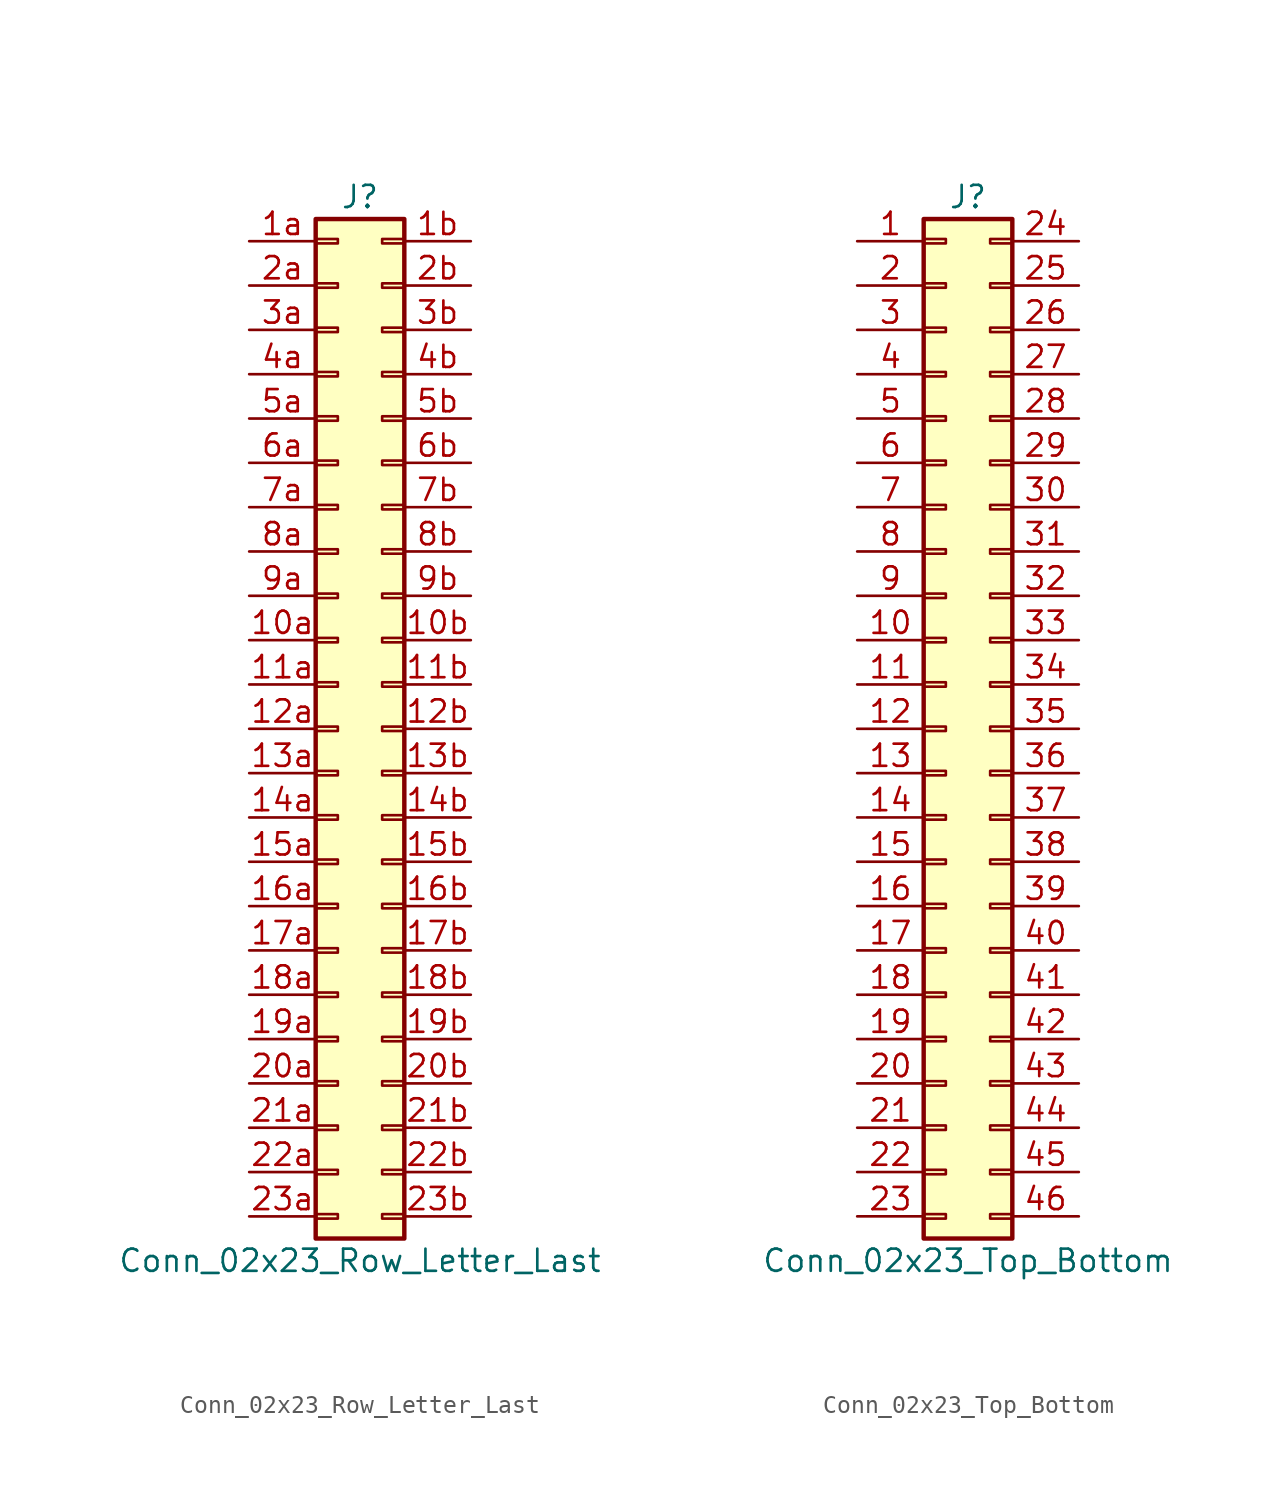
<source format=kicad_sym>
(kicad_symbol_lib
  (version 20201005)
  (generator kicad_symbol_editor)
  (symbol "Connector_Generic:Conn_02x23_Row_Letter_Last"
    (pin_names
      (offset 1.016) hide)
    (property "Reference" "J"
      (at 1.27 30.48 0)
      (effects (font (size 1.27 1.27))))
    (property "Value" "Conn_02x23_Row_Letter_Last"
      (at 1.27 -30.48 0)
      (effects (font (size 1.27 1.27))))
    (symbol "Conn_02x23_Row_Letter_Last_1_1"
      (rectangle (start -1.27 -27.813) (end 0 -28.067) (stroke (width 0.152)) (fill (type none)))
      (rectangle (start -1.27 -4.953) (end 0 -5.207) (stroke (width 0.152)) (fill (type none)))
      (rectangle (start -1.27 -7.493) (end 0 -7.747) (stroke (width 0.152)) (fill (type none)))
      (rectangle (start -1.27 -10.033) (end 0 -10.287) (stroke (width 0.152)) (fill (type none)))
      (rectangle (start -1.27 -12.573) (end 0 -12.827) (stroke (width 0.152)) (fill (type none)))
      (rectangle (start -1.27 -15.113) (end 0 -15.367) (stroke (width 0.152)) (fill (type none)))
      (rectangle (start -1.27 -17.653) (end 0 -17.907) (stroke (width 0.152)) (fill (type none)))
      (rectangle (start -1.27 -20.193) (end 0 -20.447) (stroke (width 0.152)) (fill (type none)))
      (rectangle (start -1.27 -22.733) (end 0 -22.987) (stroke (width 0.152)) (fill (type none)))
      (rectangle (start -1.27 -2.413) (end 0 -2.667) (stroke (width 0.152)) (fill (type none)))
      (rectangle (start -1.27 -25.273) (end 0 -25.527) (stroke (width 0.152)) (fill (type none)))
      (rectangle (start -1.27 25.527) (end 0 25.273) (stroke (width 0.152)) (fill (type none)))
      (rectangle (start -1.27 2.667) (end 0 2.413) (stroke (width 0.152)) (fill (type none)))
      (rectangle (start -1.27 28.067) (end 0 27.813) (stroke (width 0.152)) (fill (type none)))
      (rectangle (start -1.27 29.21) (end 3.81 -29.21) (stroke (width 0.254)) (fill (type background)))
      (rectangle (start -1.27 5.207) (end 0 4.953) (stroke (width 0.152)) (fill (type none)))
      (rectangle (start -1.27 7.747) (end 0 7.493) (stroke (width 0.152)) (fill (type none)))
      (rectangle (start -1.27 10.287) (end 0 10.033) (stroke (width 0.152)) (fill (type none)))
      (rectangle (start -1.27 0.127) (end 0 -0.127) (stroke (width 0.152)) (fill (type none)))
      (rectangle (start -1.27 12.827) (end 0 12.573) (stroke (width 0.152)) (fill (type none)))
      (rectangle (start -1.27 15.367) (end 0 15.113) (stroke (width 0.152)) (fill (type none)))
      (rectangle (start -1.27 17.907) (end 0 17.653) (stroke (width 0.152)) (fill (type none)))
      (rectangle (start -1.27 20.447) (end 0 20.193) (stroke (width 0.152)) (fill (type none)))
      (rectangle (start -1.27 22.987) (end 0 22.733) (stroke (width 0.152)) (fill (type none)))
      (rectangle (start 3.81 -27.813) (end 2.54 -28.067) (stroke (width 0.152)) (fill (type none)))
      (rectangle (start 3.81 -4.953) (end 2.54 -5.207) (stroke (width 0.152)) (fill (type none)))
      (rectangle (start 3.81 -7.493) (end 2.54 -7.747) (stroke (width 0.152)) (fill (type none)))
      (rectangle (start 3.81 -10.033) (end 2.54 -10.287) (stroke (width 0.152)) (fill (type none)))
      (rectangle (start 3.81 -12.573) (end 2.54 -12.827) (stroke (width 0.152)) (fill (type none)))
      (rectangle (start 3.81 -15.113) (end 2.54 -15.367) (stroke (width 0.152)) (fill (type none)))
      (rectangle (start 3.81 -17.653) (end 2.54 -17.907) (stroke (width 0.152)) (fill (type none)))
      (rectangle (start 3.81 -20.193) (end 2.54 -20.447) (stroke (width 0.152)) (fill (type none)))
      (rectangle (start 3.81 -22.733) (end 2.54 -22.987) (stroke (width 0.152)) (fill (type none)))
      (rectangle (start 3.81 -2.413) (end 2.54 -2.667) (stroke (width 0.152)) (fill (type none)))
      (rectangle (start 3.81 -25.273) (end 2.54 -25.527) (stroke (width 0.152)) (fill (type none)))
      (rectangle (start 3.81 25.527) (end 2.54 25.273) (stroke (width 0.152)) (fill (type none)))
      (rectangle (start 3.81 2.667) (end 2.54 2.413) (stroke (width 0.152)) (fill (type none)))
      (rectangle (start 3.81 28.067) (end 2.54 27.813) (stroke (width 0.152)) (fill (type none)))
      (rectangle (start 3.81 5.207) (end 2.54 4.953) (stroke (width 0.152)) (fill (type none)))
      (rectangle (start 3.81 7.747) (end 2.54 7.493) (stroke (width 0.152)) (fill (type none)))
      (rectangle (start 3.81 10.287) (end 2.54 10.033) (stroke (width 0.152)) (fill (type none)))
      (rectangle (start 3.81 0.127) (end 2.54 -0.127) (stroke (width 0.152)) (fill (type none)))
      (rectangle (start 3.81 12.827) (end 2.54 12.573) (stroke (width 0.152)) (fill (type none)))
      (rectangle (start 3.81 15.367) (end 2.54 15.113) (stroke (width 0.152)) (fill (type none)))
      (rectangle (start 3.81 17.907) (end 2.54 17.653) (stroke (width 0.152)) (fill (type none)))
      (rectangle (start 3.81 20.447) (end 2.54 20.193) (stroke (width 0.152)) (fill (type none)))
      (rectangle (start 3.81 22.987) (end 2.54 22.733) (stroke (width 0.152)) (fill (type none)))
      (pin passive line (at -5.08 5.08 0) (length 3.81) (name "Pin_10a" (effects (font (size 1.27 1.27)))) (number "10a" (effects (font (size 1.27 1.27)))))
      (pin passive line (at 7.62 5.08 180) (length 3.81) (name "Pin_10b" (effects (font (size 1.27 1.27)))) (number "10b" (effects (font (size 1.27 1.27)))))
      (pin passive line (at -5.08 2.54 0) (length 3.81) (name "Pin_11a" (effects (font (size 1.27 1.27)))) (number "11a" (effects (font (size 1.27 1.27)))))
      (pin passive line (at 7.62 2.54 180) (length 3.81) (name "Pin_11b" (effects (font (size 1.27 1.27)))) (number "11b" (effects (font (size 1.27 1.27)))))
      (pin passive line (at -5.08 0 0) (length 3.81) (name "Pin_12a" (effects (font (size 1.27 1.27)))) (number "12a" (effects (font (size 1.27 1.27)))))
      (pin passive line (at 7.62 0 180) (length 3.81) (name "Pin_12b" (effects (font (size 1.27 1.27)))) (number "12b" (effects (font (size 1.27 1.27)))))
      (pin passive line (at -5.08 -2.54 0) (length 3.81) (name "Pin_13a" (effects (font (size 1.27 1.27)))) (number "13a" (effects (font (size 1.27 1.27)))))
      (pin passive line (at 7.62 -2.54 180) (length 3.81) (name "Pin_13b" (effects (font (size 1.27 1.27)))) (number "13b" (effects (font (size 1.27 1.27)))))
      (pin passive line (at -5.08 -5.08 0) (length 3.81) (name "Pin_14a" (effects (font (size 1.27 1.27)))) (number "14a" (effects (font (size 1.27 1.27)))))
      (pin passive line (at 7.62 -5.08 180) (length 3.81) (name "Pin_14b" (effects (font (size 1.27 1.27)))) (number "14b" (effects (font (size 1.27 1.27)))))
      (pin passive line (at -5.08 -7.62 0) (length 3.81) (name "Pin_15a" (effects (font (size 1.27 1.27)))) (number "15a" (effects (font (size 1.27 1.27)))))
      (pin passive line (at 7.62 -7.62 180) (length 3.81) (name "Pin_15b" (effects (font (size 1.27 1.27)))) (number "15b" (effects (font (size 1.27 1.27)))))
      (pin passive line (at -5.08 -10.16 0) (length 3.81) (name "Pin_16a" (effects (font (size 1.27 1.27)))) (number "16a" (effects (font (size 1.27 1.27)))))
      (pin passive line (at 7.62 -10.16 180) (length 3.81) (name "Pin_16b" (effects (font (size 1.27 1.27)))) (number "16b" (effects (font (size 1.27 1.27)))))
      (pin passive line (at -5.08 -12.7 0) (length 3.81) (name "Pin_17a" (effects (font (size 1.27 1.27)))) (number "17a" (effects (font (size 1.27 1.27)))))
      (pin passive line (at 7.62 -12.7 180) (length 3.81) (name "Pin_17b" (effects (font (size 1.27 1.27)))) (number "17b" (effects (font (size 1.27 1.27)))))
      (pin passive line (at -5.08 -15.24 0) (length 3.81) (name "Pin_18a" (effects (font (size 1.27 1.27)))) (number "18a" (effects (font (size 1.27 1.27)))))
      (pin passive line (at 7.62 -15.24 180) (length 3.81) (name "Pin_18b" (effects (font (size 1.27 1.27)))) (number "18b" (effects (font (size 1.27 1.27)))))
      (pin passive line (at -5.08 -17.78 0) (length 3.81) (name "Pin_19a" (effects (font (size 1.27 1.27)))) (number "19a" (effects (font (size 1.27 1.27)))))
      (pin passive line (at 7.62 -17.78 180) (length 3.81) (name "Pin_19b" (effects (font (size 1.27 1.27)))) (number "19b" (effects (font (size 1.27 1.27)))))
      (pin passive line (at -5.08 27.94 0) (length 3.81) (name "Pin_1a" (effects (font (size 1.27 1.27)))) (number "1a" (effects (font (size 1.27 1.27)))))
      (pin passive line (at 7.62 27.94 180) (length 3.81) (name "Pin_1b" (effects (font (size 1.27 1.27)))) (number "1b" (effects (font (size 1.27 1.27)))))
      (pin passive line (at -5.08 -20.32 0) (length 3.81) (name "Pin_20a" (effects (font (size 1.27 1.27)))) (number "20a" (effects (font (size 1.27 1.27)))))
      (pin passive line (at 7.62 -20.32 180) (length 3.81) (name "Pin_20b" (effects (font (size 1.27 1.27)))) (number "20b" (effects (font (size 1.27 1.27)))))
      (pin passive line (at -5.08 -22.86 0) (length 3.81) (name "Pin_21a" (effects (font (size 1.27 1.27)))) (number "21a" (effects (font (size 1.27 1.27)))))
      (pin passive line (at 7.62 -22.86 180) (length 3.81) (name "Pin_21b" (effects (font (size 1.27 1.27)))) (number "21b" (effects (font (size 1.27 1.27)))))
      (pin passive line (at -5.08 -25.4 0) (length 3.81) (name "Pin_22a" (effects (font (size 1.27 1.27)))) (number "22a" (effects (font (size 1.27 1.27)))))
      (pin passive line (at 7.62 -25.4 180) (length 3.81) (name "Pin_22b" (effects (font (size 1.27 1.27)))) (number "22b" (effects (font (size 1.27 1.27)))))
      (pin passive line (at -5.08 -27.94 0) (length 3.81) (name "Pin_23a" (effects (font (size 1.27 1.27)))) (number "23a" (effects (font (size 1.27 1.27)))))
      (pin passive line (at 7.62 -27.94 180) (length 3.81) (name "Pin_23b" (effects (font (size 1.27 1.27)))) (number "23b" (effects (font (size 1.27 1.27)))))
      (pin passive line (at -5.08 25.4 0) (length 3.81) (name "Pin_2a" (effects (font (size 1.27 1.27)))) (number "2a" (effects (font (size 1.27 1.27)))))
      (pin passive line (at 7.62 25.4 180) (length 3.81) (name "Pin_2b" (effects (font (size 1.27 1.27)))) (number "2b" (effects (font (size 1.27 1.27)))))
      (pin passive line (at -5.08 22.86 0) (length 3.81) (name "Pin_3a" (effects (font (size 1.27 1.27)))) (number "3a" (effects (font (size 1.27 1.27)))))
      (pin passive line (at 7.62 22.86 180) (length 3.81) (name "Pin_3b" (effects (font (size 1.27 1.27)))) (number "3b" (effects (font (size 1.27 1.27)))))
      (pin passive line (at -5.08 20.32 0) (length 3.81) (name "Pin_4a" (effects (font (size 1.27 1.27)))) (number "4a" (effects (font (size 1.27 1.27)))))
      (pin passive line (at 7.62 20.32 180) (length 3.81) (name "Pin_4b" (effects (font (size 1.27 1.27)))) (number "4b" (effects (font (size 1.27 1.27)))))
      (pin passive line (at -5.08 17.78 0) (length 3.81) (name "Pin_5a" (effects (font (size 1.27 1.27)))) (number "5a" (effects (font (size 1.27 1.27)))))
      (pin passive line (at 7.62 17.78 180) (length 3.81) (name "Pin_5b" (effects (font (size 1.27 1.27)))) (number "5b" (effects (font (size 1.27 1.27)))))
      (pin passive line (at -5.08 15.24 0) (length 3.81) (name "Pin_6a" (effects (font (size 1.27 1.27)))) (number "6a" (effects (font (size 1.27 1.27)))))
      (pin passive line (at 7.62 15.24 180) (length 3.81) (name "Pin_6b" (effects (font (size 1.27 1.27)))) (number "6b" (effects (font (size 1.27 1.27)))))
      (pin passive line (at -5.08 12.7 0) (length 3.81) (name "Pin_7a" (effects (font (size 1.27 1.27)))) (number "7a" (effects (font (size 1.27 1.27)))))
      (pin passive line (at 7.62 12.7 180) (length 3.81) (name "Pin_7b" (effects (font (size 1.27 1.27)))) (number "7b" (effects (font (size 1.27 1.27)))))
      (pin passive line (at -5.08 10.16 0) (length 3.81) (name "Pin_8a" (effects (font (size 1.27 1.27)))) (number "8a" (effects (font (size 1.27 1.27)))))
      (pin passive line (at 7.62 10.16 180) (length 3.81) (name "Pin_8b" (effects (font (size 1.27 1.27)))) (number "8b" (effects (font (size 1.27 1.27)))))
      (pin passive line (at -5.08 7.62 0) (length 3.81) (name "Pin_9a" (effects (font (size 1.27 1.27)))) (number "9a" (effects (font (size 1.27 1.27)))))
      (pin passive line (at 7.62 7.62 180) (length 3.81) (name "Pin_9b" (effects (font (size 1.27 1.27)))) (number "9b" (effects (font (size 1.27 1.27)))))))
  (symbol "Connector_Generic:Conn_02x23_Top_Bottom"
    (pin_names
      (offset 1.016) hide)
    (property "Reference" "J"
      (at 1.27 30.48 0)
      (effects (font (size 1.27 1.27))))
    (property "Value" "Conn_02x23_Top_Bottom"
      (at 1.27 -30.48 0)
      (effects (font (size 1.27 1.27))))
    (symbol "Conn_02x23_Top_Bottom_1_1"
      (rectangle (start -1.27 -27.813) (end 0 -28.067) (stroke (width 0.152)) (fill (type none)))
      (rectangle (start -1.27 -4.953) (end 0 -5.207) (stroke (width 0.152)) (fill (type none)))
      (rectangle (start -1.27 -7.493) (end 0 -7.747) (stroke (width 0.152)) (fill (type none)))
      (rectangle (start -1.27 -10.033) (end 0 -10.287) (stroke (width 0.152)) (fill (type none)))
      (rectangle (start -1.27 -12.573) (end 0 -12.827) (stroke (width 0.152)) (fill (type none)))
      (rectangle (start -1.27 -15.113) (end 0 -15.367) (stroke (width 0.152)) (fill (type none)))
      (rectangle (start -1.27 -17.653) (end 0 -17.907) (stroke (width 0.152)) (fill (type none)))
      (rectangle (start -1.27 -20.193) (end 0 -20.447) (stroke (width 0.152)) (fill (type none)))
      (rectangle (start -1.27 -22.733) (end 0 -22.987) (stroke (width 0.152)) (fill (type none)))
      (rectangle (start -1.27 -2.413) (end 0 -2.667) (stroke (width 0.152)) (fill (type none)))
      (rectangle (start -1.27 -25.273) (end 0 -25.527) (stroke (width 0.152)) (fill (type none)))
      (rectangle (start -1.27 25.527) (end 0 25.273) (stroke (width 0.152)) (fill (type none)))
      (rectangle (start -1.27 2.667) (end 0 2.413) (stroke (width 0.152)) (fill (type none)))
      (rectangle (start -1.27 28.067) (end 0 27.813) (stroke (width 0.152)) (fill (type none)))
      (rectangle (start -1.27 29.21) (end 3.81 -29.21) (stroke (width 0.254)) (fill (type background)))
      (rectangle (start -1.27 5.207) (end 0 4.953) (stroke (width 0.152)) (fill (type none)))
      (rectangle (start -1.27 7.747) (end 0 7.493) (stroke (width 0.152)) (fill (type none)))
      (rectangle (start -1.27 10.287) (end 0 10.033) (stroke (width 0.152)) (fill (type none)))
      (rectangle (start -1.27 0.127) (end 0 -0.127) (stroke (width 0.152)) (fill (type none)))
      (rectangle (start -1.27 12.827) (end 0 12.573) (stroke (width 0.152)) (fill (type none)))
      (rectangle (start -1.27 15.367) (end 0 15.113) (stroke (width 0.152)) (fill (type none)))
      (rectangle (start -1.27 17.907) (end 0 17.653) (stroke (width 0.152)) (fill (type none)))
      (rectangle (start -1.27 20.447) (end 0 20.193) (stroke (width 0.152)) (fill (type none)))
      (rectangle (start -1.27 22.987) (end 0 22.733) (stroke (width 0.152)) (fill (type none)))
      (rectangle (start 3.81 -27.813) (end 2.54 -28.067) (stroke (width 0.152)) (fill (type none)))
      (rectangle (start 3.81 -4.953) (end 2.54 -5.207) (stroke (width 0.152)) (fill (type none)))
      (rectangle (start 3.81 -7.493) (end 2.54 -7.747) (stroke (width 0.152)) (fill (type none)))
      (rectangle (start 3.81 -10.033) (end 2.54 -10.287) (stroke (width 0.152)) (fill (type none)))
      (rectangle (start 3.81 -12.573) (end 2.54 -12.827) (stroke (width 0.152)) (fill (type none)))
      (rectangle (start 3.81 -15.113) (end 2.54 -15.367) (stroke (width 0.152)) (fill (type none)))
      (rectangle (start 3.81 -17.653) (end 2.54 -17.907) (stroke (width 0.152)) (fill (type none)))
      (rectangle (start 3.81 -20.193) (end 2.54 -20.447) (stroke (width 0.152)) (fill (type none)))
      (rectangle (start 3.81 -22.733) (end 2.54 -22.987) (stroke (width 0.152)) (fill (type none)))
      (rectangle (start 3.81 -2.413) (end 2.54 -2.667) (stroke (width 0.152)) (fill (type none)))
      (rectangle (start 3.81 -25.273) (end 2.54 -25.527) (stroke (width 0.152)) (fill (type none)))
      (rectangle (start 3.81 25.527) (end 2.54 25.273) (stroke (width 0.152)) (fill (type none)))
      (rectangle (start 3.81 2.667) (end 2.54 2.413) (stroke (width 0.152)) (fill (type none)))
      (rectangle (start 3.81 28.067) (end 2.54 27.813) (stroke (width 0.152)) (fill (type none)))
      (rectangle (start 3.81 5.207) (end 2.54 4.953) (stroke (width 0.152)) (fill (type none)))
      (rectangle (start 3.81 7.747) (end 2.54 7.493) (stroke (width 0.152)) (fill (type none)))
      (rectangle (start 3.81 10.287) (end 2.54 10.033) (stroke (width 0.152)) (fill (type none)))
      (rectangle (start 3.81 0.127) (end 2.54 -0.127) (stroke (width 0.152)) (fill (type none)))
      (rectangle (start 3.81 12.827) (end 2.54 12.573) (stroke (width 0.152)) (fill (type none)))
      (rectangle (start 3.81 15.367) (end 2.54 15.113) (stroke (width 0.152)) (fill (type none)))
      (rectangle (start 3.81 17.907) (end 2.54 17.653) (stroke (width 0.152)) (fill (type none)))
      (rectangle (start 3.81 20.447) (end 2.54 20.193) (stroke (width 0.152)) (fill (type none)))
      (rectangle (start 3.81 22.987) (end 2.54 22.733) (stroke (width 0.152)) (fill (type none)))
      (pin passive line (at -5.08 27.94 0) (length 3.81) (name "Pin_1" (effects (font (size 1.27 1.27)))) (number "1" (effects (font (size 1.27 1.27)))))
      (pin passive line (at -5.08 5.08 0) (length 3.81) (name "Pin_10" (effects (font (size 1.27 1.27)))) (number "10" (effects (font (size 1.27 1.27)))))
      (pin passive line (at -5.08 2.54 0) (length 3.81) (name "Pin_11" (effects (font (size 1.27 1.27)))) (number "11" (effects (font (size 1.27 1.27)))))
      (pin passive line (at -5.08 0 0) (length 3.81) (name "Pin_12" (effects (font (size 1.27 1.27)))) (number "12" (effects (font (size 1.27 1.27)))))
      (pin passive line (at -5.08 -2.54 0) (length 3.81) (name "Pin_13" (effects (font (size 1.27 1.27)))) (number "13" (effects (font (size 1.27 1.27)))))
      (pin passive line (at -5.08 -5.08 0) (length 3.81) (name "Pin_14" (effects (font (size 1.27 1.27)))) (number "14" (effects (font (size 1.27 1.27)))))
      (pin passive line (at -5.08 -7.62 0) (length 3.81) (name "Pin_15" (effects (font (size 1.27 1.27)))) (number "15" (effects (font (size 1.27 1.27)))))
      (pin passive line (at -5.08 -10.16 0) (length 3.81) (name "Pin_16" (effects (font (size 1.27 1.27)))) (number "16" (effects (font (size 1.27 1.27)))))
      (pin passive line (at -5.08 -12.7 0) (length 3.81) (name "Pin_17" (effects (font (size 1.27 1.27)))) (number "17" (effects (font (size 1.27 1.27)))))
      (pin passive line (at -5.08 -15.24 0) (length 3.81) (name "Pin_18" (effects (font (size 1.27 1.27)))) (number "18" (effects (font (size 1.27 1.27)))))
      (pin passive line (at -5.08 -17.78 0) (length 3.81) (name "Pin_19" (effects (font (size 1.27 1.27)))) (number "19" (effects (font (size 1.27 1.27)))))
      (pin passive line (at -5.08 25.4 0) (length 3.81) (name "Pin_2" (effects (font (size 1.27 1.27)))) (number "2" (effects (font (size 1.27 1.27)))))
      (pin passive line (at -5.08 -20.32 0) (length 3.81) (name "Pin_20" (effects (font (size 1.27 1.27)))) (number "20" (effects (font (size 1.27 1.27)))))
      (pin passive line (at -5.08 -22.86 0) (length 3.81) (name "Pin_21" (effects (font (size 1.27 1.27)))) (number "21" (effects (font (size 1.27 1.27)))))
      (pin passive line (at -5.08 -25.4 0) (length 3.81) (name "Pin_22" (effects (font (size 1.27 1.27)))) (number "22" (effects (font (size 1.27 1.27)))))
      (pin passive line (at -5.08 -27.94 0) (length 3.81) (name "Pin_23" (effects (font (size 1.27 1.27)))) (number "23" (effects (font (size 1.27 1.27)))))
      (pin passive line (at 7.62 27.94 180) (length 3.81) (name "Pin_24" (effects (font (size 1.27 1.27)))) (number "24" (effects (font (size 1.27 1.27)))))
      (pin passive line (at 7.62 25.4 180) (length 3.81) (name "Pin_25" (effects (font (size 1.27 1.27)))) (number "25" (effects (font (size 1.27 1.27)))))
      (pin passive line (at 7.62 22.86 180) (length 3.81) (name "Pin_26" (effects (font (size 1.27 1.27)))) (number "26" (effects (font (size 1.27 1.27)))))
      (pin passive line (at 7.62 20.32 180) (length 3.81) (name "Pin_27" (effects (font (size 1.27 1.27)))) (number "27" (effects (font (size 1.27 1.27)))))
      (pin passive line (at 7.62 17.78 180) (length 3.81) (name "Pin_28" (effects (font (size 1.27 1.27)))) (number "28" (effects (font (size 1.27 1.27)))))
      (pin passive line (at 7.62 15.24 180) (length 3.81) (name "Pin_29" (effects (font (size 1.27 1.27)))) (number "29" (effects (font (size 1.27 1.27)))))
      (pin passive line (at -5.08 22.86 0) (length 3.81) (name "Pin_3" (effects (font (size 1.27 1.27)))) (number "3" (effects (font (size 1.27 1.27)))))
      (pin passive line (at 7.62 12.7 180) (length 3.81) (name "Pin_30" (effects (font (size 1.27 1.27)))) (number "30" (effects (font (size 1.27 1.27)))))
      (pin passive line (at 7.62 10.16 180) (length 3.81) (name "Pin_31" (effects (font (size 1.27 1.27)))) (number "31" (effects (font (size 1.27 1.27)))))
      (pin passive line (at 7.62 7.62 180) (length 3.81) (name "Pin_32" (effects (font (size 1.27 1.27)))) (number "32" (effects (font (size 1.27 1.27)))))
      (pin passive line (at 7.62 5.08 180) (length 3.81) (name "Pin_33" (effects (font (size 1.27 1.27)))) (number "33" (effects (font (size 1.27 1.27)))))
      (pin passive line (at 7.62 2.54 180) (length 3.81) (name "Pin_34" (effects (font (size 1.27 1.27)))) (number "34" (effects (font (size 1.27 1.27)))))
      (pin passive line (at 7.62 0 180) (length 3.81) (name "Pin_35" (effects (font (size 1.27 1.27)))) (number "35" (effects (font (size 1.27 1.27)))))
      (pin passive line (at 7.62 -2.54 180) (length 3.81) (name "Pin_36" (effects (font (size 1.27 1.27)))) (number "36" (effects (font (size 1.27 1.27)))))
      (pin passive line (at 7.62 -5.08 180) (length 3.81) (name "Pin_37" (effects (font (size 1.27 1.27)))) (number "37" (effects (font (size 1.27 1.27)))))
      (pin passive line (at 7.62 -7.62 180) (length 3.81) (name "Pin_38" (effects (font (size 1.27 1.27)))) (number "38" (effects (font (size 1.27 1.27)))))
      (pin passive line (at 7.62 -10.16 180) (length 3.81) (name "Pin_39" (effects (font (size 1.27 1.27)))) (number "39" (effects (font (size 1.27 1.27)))))
      (pin passive line (at -5.08 20.32 0) (length 3.81) (name "Pin_4" (effects (font (size 1.27 1.27)))) (number "4" (effects (font (size 1.27 1.27)))))
      (pin passive line (at 7.62 -12.7 180) (length 3.81) (name "Pin_40" (effects (font (size 1.27 1.27)))) (number "40" (effects (font (size 1.27 1.27)))))
      (pin passive line (at 7.62 -15.24 180) (length 3.81) (name "Pin_41" (effects (font (size 1.27 1.27)))) (number "41" (effects (font (size 1.27 1.27)))))
      (pin passive line (at 7.62 -17.78 180) (length 3.81) (name "Pin_42" (effects (font (size 1.27 1.27)))) (number "42" (effects (font (size 1.27 1.27)))))
      (pin passive line (at 7.62 -20.32 180) (length 3.81) (name "Pin_43" (effects (font (size 1.27 1.27)))) (number "43" (effects (font (size 1.27 1.27)))))
      (pin passive line (at 7.62 -22.86 180) (length 3.81) (name "Pin_44" (effects (font (size 1.27 1.27)))) (number "44" (effects (font (size 1.27 1.27)))))
      (pin passive line (at 7.62 -25.4 180) (length 3.81) (name "Pin_45" (effects (font (size 1.27 1.27)))) (number "45" (effects (font (size 1.27 1.27)))))
      (pin passive line (at 7.62 -27.94 180) (length 3.81) (name "Pin_46" (effects (font (size 1.27 1.27)))) (number "46" (effects (font (size 1.27 1.27)))))
      (pin passive line (at -5.08 17.78 0) (length 3.81) (name "Pin_5" (effects (font (size 1.27 1.27)))) (number "5" (effects (font (size 1.27 1.27)))))
      (pin passive line (at -5.08 15.24 0) (length 3.81) (name "Pin_6" (effects (font (size 1.27 1.27)))) (number "6" (effects (font (size 1.27 1.27)))))
      (pin passive line (at -5.08 12.7 0) (length 3.81) (name "Pin_7" (effects (font (size 1.27 1.27)))) (number "7" (effects (font (size 1.27 1.27)))))
      (pin passive line (at -5.08 10.16 0) (length 3.81) (name "Pin_8" (effects (font (size 1.27 1.27)))) (number "8" (effects (font (size 1.27 1.27)))))
      (pin passive line (at -5.08 7.62 0) (length 3.81) (name "Pin_9" (effects (font (size 1.27 1.27)))) (number "9" (effects (font (size 1.27 1.27))))))))
</source>
